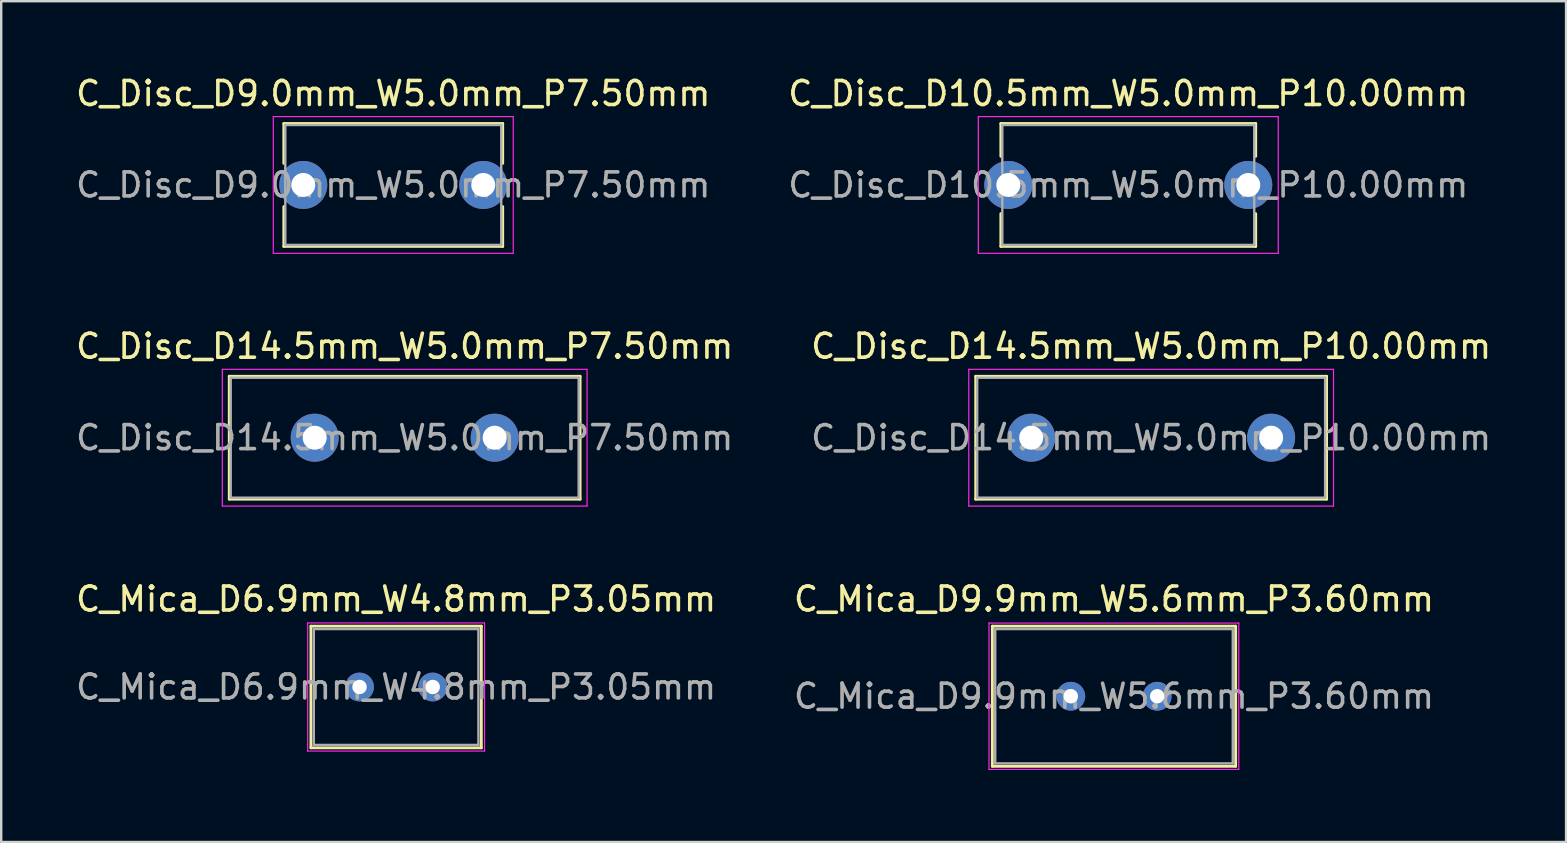
<source format=kicad_pcb>
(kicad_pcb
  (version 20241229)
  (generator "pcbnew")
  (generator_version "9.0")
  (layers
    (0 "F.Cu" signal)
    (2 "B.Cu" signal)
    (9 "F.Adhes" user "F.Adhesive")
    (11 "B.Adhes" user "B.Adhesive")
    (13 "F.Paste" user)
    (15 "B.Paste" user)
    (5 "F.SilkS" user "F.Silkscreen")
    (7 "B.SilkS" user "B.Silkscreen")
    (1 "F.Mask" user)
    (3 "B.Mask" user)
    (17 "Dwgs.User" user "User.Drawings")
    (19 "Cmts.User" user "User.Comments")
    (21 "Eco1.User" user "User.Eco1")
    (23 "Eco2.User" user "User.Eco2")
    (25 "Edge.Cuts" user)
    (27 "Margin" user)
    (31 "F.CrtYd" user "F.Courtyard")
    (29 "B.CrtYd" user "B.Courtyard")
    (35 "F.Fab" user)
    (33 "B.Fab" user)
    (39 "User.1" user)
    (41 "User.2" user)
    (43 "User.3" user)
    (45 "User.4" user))
  (footprint "C_Mica_D6.9mm_W4.8mm_P3.05mm"
    (layer "F.Cu")
    (at 11.933 25.58)
    (property "Reference" "C_Mica_D6.9mm_W4.8mm_P3.05mm" (at 1.525 -3.665 0) (layer "F.SilkS") (effects (font (size 1 1) (thickness 0.15))))
    (attr through_hole)
    (fp_line (start -2.025 -2.535) (end -2.025 2.535) (stroke (width 0.12) (type solid)) (layer "F.SilkS"))
    (fp_line (start -2.025 -2.535) (end 5.075 -2.535) (stroke (width 0.12) (type solid)) (layer "F.SilkS"))
    (fp_line (start -2.025 2.535) (end 5.075 2.535) (stroke (width 0.12) (type solid)) (layer "F.SilkS"))
    (fp_line (start 5.075 -2.535) (end 5.075 2.535) (stroke (width 0.12) (type solid)) (layer "F.SilkS"))
    (fp_line (start -2.16 -2.67) (end -2.16 2.67) (stroke (width 0.05) (type solid)) (layer "F.CrtYd"))
    (fp_line (start -2.16 2.67) (end 5.21 2.67) (stroke (width 0.05) (type solid)) (layer "F.CrtYd"))
    (fp_line (start 5.21 -2.67) (end -2.16 -2.67) (stroke (width 0.05) (type solid)) (layer "F.CrtYd"))
    (fp_line (start 5.21 2.67) (end 5.21 -2.67) (stroke (width 0.05) (type solid)) (layer "F.CrtYd"))
    (fp_line (start -1.905 -2.415) (end -1.905 2.415) (stroke (width 0.1) (type solid)) (layer "F.Fab"))
    (fp_line (start -1.905 2.415) (end 4.955 2.415) (stroke (width 0.1) (type solid)) (layer "F.Fab"))
    (fp_line (start 4.955 -2.415) (end -1.905 -2.415) (stroke (width 0.1) (type solid)) (layer "F.Fab"))
    (fp_line (start 4.955 2.415) (end 4.955 -2.415) (stroke (width 0.1) (type solid)) (layer "F.Fab"))
    (fp_text user "${REFERENCE}" (at 1.525 0 0) (layer "F.Fab") (effects (font (size 1 1) (thickness 0.15))))
    (pad "1" thru_hole circle (at 0 0) (size 1.2 1.2) (drill 0.6) (layers "*.Cu" "*.Mask"))
    (pad "2" thru_hole circle (at 3.05 0) (size 1.2 1.2) (drill 0.6) (layers "*.Cu" "*.Mask")))
  (footprint "C_Disc_D14.5mm_W5.0mm_P7.50mm"
    (layer "F.Cu")
    (at 10.065 15.191)
    (property "Reference" "C_Disc_D14.5mm_W5.0mm_P7.50mm" (at 3.75 -3.81 0) (layer "F.SilkS") (effects (font (size 1 1) (thickness 0.15))))
    (attr through_hole)
    (fp_line (start -3.56 -2.56) (end -3.56 2.56) (stroke (width 0.12) (type solid)) (layer "F.SilkS"))
    (fp_line (start -3.56 -2.56) (end 11.06 -2.56) (stroke (width 0.12) (type solid)) (layer "F.SilkS"))
    (fp_line (start -3.56 2.56) (end 11.06 2.56) (stroke (width 0.12) (type solid)) (layer "F.SilkS"))
    (fp_line (start 11.06 -2.56) (end 11.06 2.56) (stroke (width 0.12) (type solid)) (layer "F.SilkS"))
    (fp_line (start -3.85 -2.85) (end -3.85 2.85) (stroke (width 0.05) (type solid)) (layer "F.CrtYd"))
    (fp_line (start -3.85 2.85) (end 11.35 2.85) (stroke (width 0.05) (type solid)) (layer "F.CrtYd"))
    (fp_line (start 11.35 -2.85) (end -3.85 -2.85) (stroke (width 0.05) (type solid)) (layer "F.CrtYd"))
    (fp_line (start 11.35 2.85) (end 11.35 -2.85) (stroke (width 0.05) (type solid)) (layer "F.CrtYd"))
    (fp_line (start -3.5 -2.5) (end -3.5 2.5) (stroke (width 0.1) (type solid)) (layer "F.Fab"))
    (fp_line (start -3.5 2.5) (end 11 2.5) (stroke (width 0.1) (type solid)) (layer "F.Fab"))
    (fp_line (start 11 -2.5) (end -3.5 -2.5) (stroke (width 0.1) (type solid)) (layer "F.Fab"))
    (fp_line (start 11 2.5) (end 11 -2.5) (stroke (width 0.1) (type solid)) (layer "F.Fab"))
    (fp_text user "${REFERENCE}" (at 3.75 0 0) (layer "F.Fab") (effects (font (size 1 1) (thickness 0.15))))
    (pad "1" thru_hole circle (at 0 0) (size 2 2) (drill 1) (layers "*.Cu" "*.Mask"))
    (pad "2" thru_hole circle (at 7.5 0) (size 2 2) (drill 1) (layers "*.Cu" "*.Mask")))
  (footprint "C_Disc_D9.0mm_W5.0mm_P7.50mm"
    (layer "F.Cu")
    (at 9.589 4.658)
    (property "Reference" "C_Disc_D9.0mm_W5.0mm_P7.50mm" (at 3.75 -3.81 0) (layer "F.SilkS") (effects (font (size 1 1) (thickness 0.15))))
    (attr through_hole)
    (fp_line (start -0.81 -2.56) (end -0.81 -0.901) (stroke (width 0.12) (type solid)) (layer "F.SilkS"))
    (fp_line (start -0.81 -2.56) (end 8.31 -2.56) (stroke (width 0.12) (type solid)) (layer "F.SilkS"))
    (fp_line (start -0.81 0.901) (end -0.81 2.56) (stroke (width 0.12) (type solid)) (layer "F.SilkS"))
    (fp_line (start -0.81 2.56) (end 8.31 2.56) (stroke (width 0.12) (type solid)) (layer "F.SilkS"))
    (fp_line (start 8.31 -2.56) (end 8.31 -0.901) (stroke (width 0.12) (type solid)) (layer "F.SilkS"))
    (fp_line (start 8.31 0.901) (end 8.31 2.56) (stroke (width 0.12) (type solid)) (layer "F.SilkS"))
    (fp_line (start -1.25 -2.85) (end -1.25 2.85) (stroke (width 0.05) (type solid)) (layer "F.CrtYd"))
    (fp_line (start -1.25 2.85) (end 8.75 2.85) (stroke (width 0.05) (type solid)) (layer "F.CrtYd"))
    (fp_line (start 8.75 -2.85) (end -1.25 -2.85) (stroke (width 0.05) (type solid)) (layer "F.CrtYd"))
    (fp_line (start 8.75 2.85) (end 8.75 -2.85) (stroke (width 0.05) (type solid)) (layer "F.CrtYd"))
    (fp_line (start -0.75 -2.5) (end -0.75 2.5) (stroke (width 0.1) (type solid)) (layer "F.Fab"))
    (fp_line (start -0.75 2.5) (end 8.25 2.5) (stroke (width 0.1) (type solid)) (layer "F.Fab"))
    (fp_line (start 8.25 -2.5) (end -0.75 -2.5) (stroke (width 0.1) (type solid)) (layer "F.Fab"))
    (fp_line (start 8.25 2.5) (end 8.25 -2.5) (stroke (width 0.1) (type solid)) (layer "F.Fab"))
    (fp_text user "${REFERENCE}" (at 3.75 0 0) (layer "F.Fab") (effects (font (size 1 1) (thickness 0.15))))
    (pad "1" thru_hole circle (at 0 0) (size 2 2) (drill 1) (layers "*.Cu" "*.Mask"))
    (pad "2" thru_hole circle (at 7.5 0) (size 2 2) (drill 1) (layers "*.Cu" "*.Mask")))
  (footprint "C_Mica_D9.9mm_W5.6mm_P3.60mm"
    (layer "F.Cu")
    (at 41.575 25.965)
    (property "Reference" "C_Mica_D9.9mm_W5.6mm_P3.60mm" (at 1.8 -4.05 0) (layer "F.SilkS") (effects (font (size 1 1) (thickness 0.15))))
    (attr through_hole)
    (fp_line (start -3.27 -2.92) (end -3.27 2.92) (stroke (width 0.12) (type solid)) (layer "F.SilkS"))
    (fp_line (start -3.27 -2.92) (end 6.87 -2.92) (stroke (width 0.12) (type solid)) (layer "F.SilkS"))
    (fp_line (start -3.27 2.92) (end 6.87 2.92) (stroke (width 0.12) (type solid)) (layer "F.SilkS"))
    (fp_line (start 6.87 -2.92) (end 6.87 2.92) (stroke (width 0.12) (type solid)) (layer "F.SilkS"))
    (fp_line (start -3.41 -3.05) (end -3.41 3.05) (stroke (width 0.05) (type solid)) (layer "F.CrtYd"))
    (fp_line (start -3.41 3.05) (end 7 3.05) (stroke (width 0.05) (type solid)) (layer "F.CrtYd"))
    (fp_line (start 7 -3.05) (end -3.41 -3.05) (stroke (width 0.05) (type solid)) (layer "F.CrtYd"))
    (fp_line (start 7 3.05) (end 7 -3.05) (stroke (width 0.05) (type solid)) (layer "F.CrtYd"))
    (fp_line (start -3.15 -2.8) (end -3.15 2.8) (stroke (width 0.1) (type solid)) (layer "F.Fab"))
    (fp_line (start -3.15 2.8) (end 6.75 2.8) (stroke (width 0.1) (type solid)) (layer "F.Fab"))
    (fp_line (start 6.75 -2.8) (end -3.15 -2.8) (stroke (width 0.1) (type solid)) (layer "F.Fab"))
    (fp_line (start 6.75 2.8) (end 6.75 -2.8) (stroke (width 0.1) (type solid)) (layer "F.Fab"))
    (fp_text user "${REFERENCE}" (at 1.8 0 0) (layer "F.Fab") (effects (font (size 1 1) (thickness 0.15))))
    (pad "1" thru_hole circle (at 0 0) (size 1.2 1.2) (drill 0.6) (layers "*.Cu" "*.Mask"))
    (pad "2" thru_hole circle (at 3.6 0) (size 1.2 1.2) (drill 0.6) (layers "*.Cu" "*.Mask")))
  (footprint "C_Disc_D14.5mm_W5.0mm_P10.00mm"
    (layer "F.Cu")
    (at 39.923 15.191)
    (property "Reference" "C_Disc_D14.5mm_W5.0mm_P10.00mm" (at 5 -3.81 0) (layer "F.SilkS") (effects (font (size 1 1) (thickness 0.15))))
    (attr through_hole)
    (fp_line (start -2.31 -2.56) (end -2.31 2.56) (stroke (width 0.12) (type solid)) (layer "F.SilkS"))
    (fp_line (start -2.31 -2.56) (end 12.31 -2.56) (stroke (width 0.12) (type solid)) (layer "F.SilkS"))
    (fp_line (start -2.31 2.56) (end 12.31 2.56) (stroke (width 0.12) (type solid)) (layer "F.SilkS"))
    (fp_line (start 12.31 -2.56) (end 12.31 2.56) (stroke (width 0.12) (type solid)) (layer "F.SilkS"))
    (fp_line (start -2.6 -2.85) (end -2.6 2.85) (stroke (width 0.05) (type solid)) (layer "F.CrtYd"))
    (fp_line (start -2.6 2.85) (end 12.6 2.85) (stroke (width 0.05) (type solid)) (layer "F.CrtYd"))
    (fp_line (start 12.6 -2.85) (end -2.6 -2.85) (stroke (width 0.05) (type solid)) (layer "F.CrtYd"))
    (fp_line (start 12.6 2.85) (end 12.6 -2.85) (stroke (width 0.05) (type solid)) (layer "F.CrtYd"))
    (fp_line (start -2.25 -2.5) (end -2.25 2.5) (stroke (width 0.1) (type solid)) (layer "F.Fab"))
    (fp_line (start -2.25 2.5) (end 12.25 2.5) (stroke (width 0.1) (type solid)) (layer "F.Fab"))
    (fp_line (start 12.25 -2.5) (end -2.25 -2.5) (stroke (width 0.1) (type solid)) (layer "F.Fab"))
    (fp_line (start 12.25 2.5) (end 12.25 -2.5) (stroke (width 0.1) (type solid)) (layer "F.Fab"))
    (fp_text user "${REFERENCE}" (at 5 0 0) (layer "F.Fab") (effects (font (size 1 1) (thickness 0.15))))
    (pad "1" thru_hole circle (at 0 0) (size 2 2) (drill 1) (layers "*.Cu" "*.Mask"))
    (pad "2" thru_hole circle (at 10 0) (size 2 2) (drill 1) (layers "*.Cu" "*.Mask")))
  (footprint "C_Disc_D10.5mm_W5.0mm_P10.00mm"
    (layer "F.Cu")
    (at 38.97 4.658)
    (property "Reference" "C_Disc_D10.5mm_W5.0mm_P10.00mm" (at 5 -3.81 0) (layer "F.SilkS") (effects (font (size 1 1) (thickness 0.15))))
    (attr through_hole)
    (fp_line (start -0.31 -2.56) (end -0.31 -1.195) (stroke (width 0.12) (type solid)) (layer "F.SilkS"))
    (fp_line (start -0.31 -2.56) (end 10.31 -2.56) (stroke (width 0.12) (type solid)) (layer "F.SilkS"))
    (fp_line (start -0.31 1.195) (end -0.31 2.56) (stroke (width 0.12) (type solid)) (layer "F.SilkS"))
    (fp_line (start -0.31 2.56) (end 10.31 2.56) (stroke (width 0.12) (type solid)) (layer "F.SilkS"))
    (fp_line (start 10.31 -2.56) (end 10.31 -1.195) (stroke (width 0.12) (type solid)) (layer "F.SilkS"))
    (fp_line (start 10.31 1.195) (end 10.31 2.56) (stroke (width 0.12) (type solid)) (layer "F.SilkS"))
    (fp_line (start -1.25 -2.85) (end -1.25 2.85) (stroke (width 0.05) (type solid)) (layer "F.CrtYd"))
    (fp_line (start -1.25 2.85) (end 11.25 2.85) (stroke (width 0.05) (type solid)) (layer "F.CrtYd"))
    (fp_line (start 11.25 -2.85) (end -1.25 -2.85) (stroke (width 0.05) (type solid)) (layer "F.CrtYd"))
    (fp_line (start 11.25 2.85) (end 11.25 -2.85) (stroke (width 0.05) (type solid)) (layer "F.CrtYd"))
    (fp_line (start -0.25 -2.5) (end -0.25 2.5) (stroke (width 0.1) (type solid)) (layer "F.Fab"))
    (fp_line (start -0.25 2.5) (end 10.25 2.5) (stroke (width 0.1) (type solid)) (layer "F.Fab"))
    (fp_line (start 10.25 -2.5) (end -0.25 -2.5) (stroke (width 0.1) (type solid)) (layer "F.Fab"))
    (fp_line (start 10.25 2.5) (end 10.25 -2.5) (stroke (width 0.1) (type solid)) (layer "F.Fab"))
    (fp_text user "${REFERENCE}" (at 5 0 0) (layer "F.Fab") (effects (font (size 1 1) (thickness 0.15))))
    (pad "1" thru_hole circle (at 0 0) (size 2 2) (drill 1) (layers "*.Cu" "*.Mask"))
    (pad "2" thru_hole circle (at 10 0) (size 2 2) (drill 1) (layers "*.Cu" "*.Mask")))
  (gr_rect
    (start -3 -3)
    (end 62.214 32.04)
    (stroke (width 0.1) (type default))
    (fill no)
    (layer "Edge.Cuts")))
</source>
